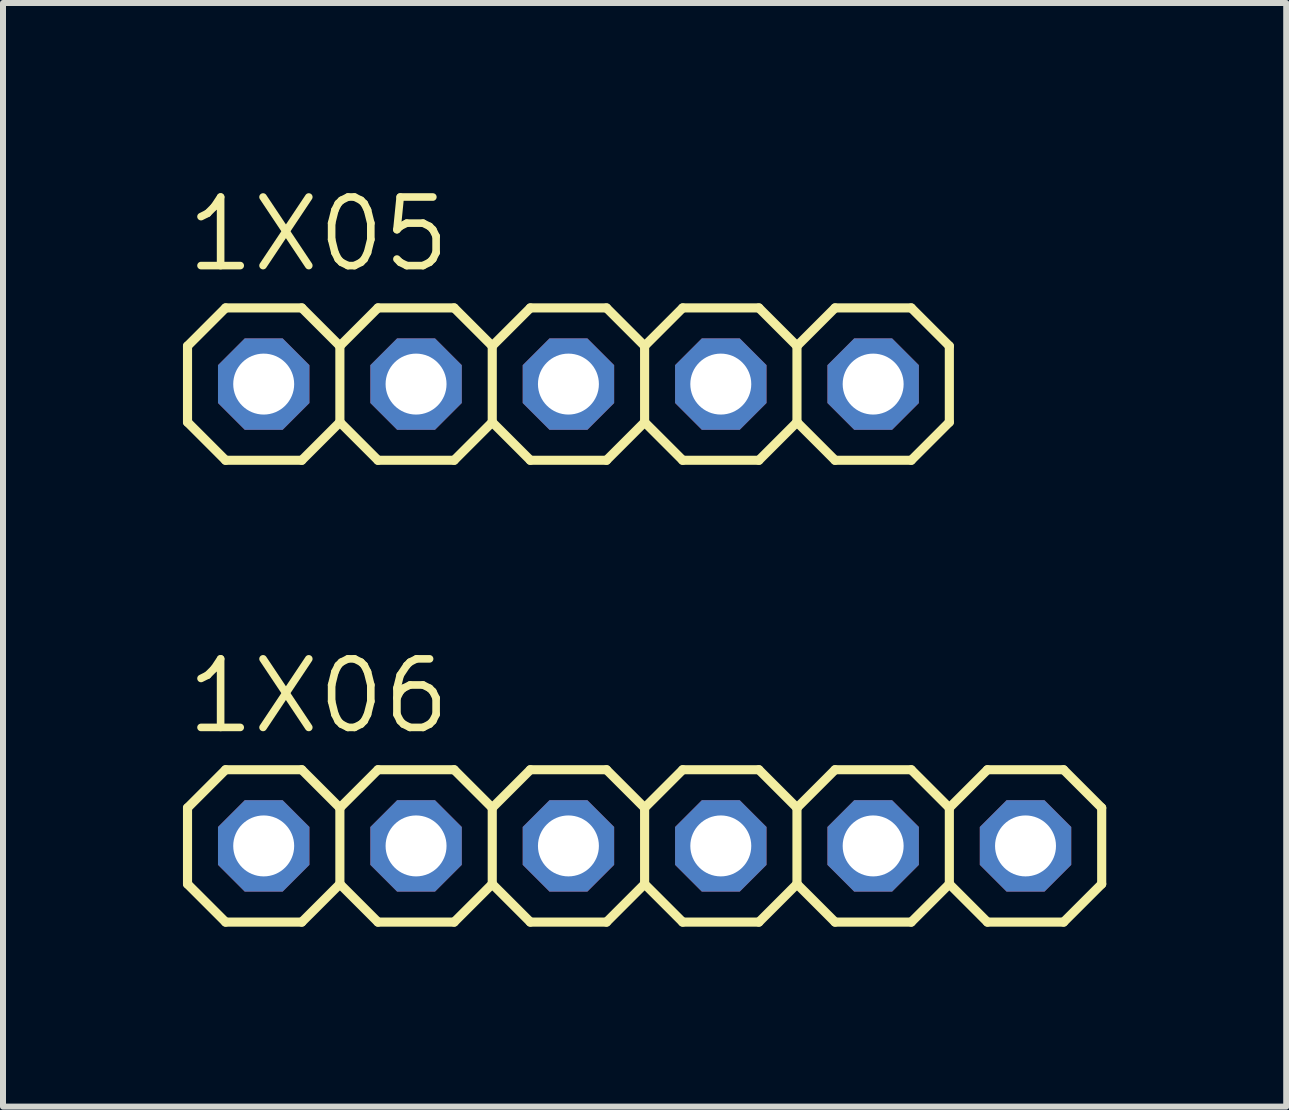
<source format=kicad_pcb>
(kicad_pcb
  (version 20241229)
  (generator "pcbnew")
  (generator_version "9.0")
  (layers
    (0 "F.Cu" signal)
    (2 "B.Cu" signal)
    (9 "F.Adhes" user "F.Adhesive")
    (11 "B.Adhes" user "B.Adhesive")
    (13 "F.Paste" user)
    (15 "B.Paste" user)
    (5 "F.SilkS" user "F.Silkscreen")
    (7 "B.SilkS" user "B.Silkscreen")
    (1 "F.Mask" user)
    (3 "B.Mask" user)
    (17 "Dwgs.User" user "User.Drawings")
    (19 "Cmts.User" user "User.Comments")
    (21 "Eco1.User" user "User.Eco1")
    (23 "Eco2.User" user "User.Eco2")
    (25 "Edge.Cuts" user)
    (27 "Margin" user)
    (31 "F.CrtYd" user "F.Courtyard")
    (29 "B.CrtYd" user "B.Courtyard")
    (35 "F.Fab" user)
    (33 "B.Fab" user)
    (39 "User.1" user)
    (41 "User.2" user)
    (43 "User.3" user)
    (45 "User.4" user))
  (footprint "1X06"
    (layer "F.Cu")
    (at 7.696 11.052)
    (property "Reference" "1X06" (at -7.696 -1.829 0) (layer "F.SilkS") (effects (font (size 1.143 1.143) (thickness 0.127)) (justify left bottom)))
    (fp_line (start -7.62 -0.635) (end -7.62 0.635) (stroke (width 0.152) (type solid)) (layer "F.SilkS"))
    (fp_line (start -7.62 0.635) (end -6.985 1.27) (stroke (width 0.152) (type solid)) (layer "F.SilkS"))
    (fp_line (start -6.985 -1.27) (end -7.62 -0.635) (stroke (width 0.152) (type solid)) (layer "F.SilkS"))
    (fp_line (start -6.985 -1.27) (end -5.715 -1.27) (stroke (width 0.152) (type solid)) (layer "F.SilkS"))
    (fp_line (start -5.715 -1.27) (end -5.08 -0.635) (stroke (width 0.152) (type solid)) (layer "F.SilkS"))
    (fp_line (start -5.715 1.27) (end -6.985 1.27) (stroke (width 0.152) (type solid)) (layer "F.SilkS"))
    (fp_line (start -5.08 -0.635) (end -5.08 0.635) (stroke (width 0.152) (type solid)) (layer "F.SilkS"))
    (fp_line (start -5.08 -0.635) (end -4.445 -1.27) (stroke (width 0.152) (type solid)) (layer "F.SilkS"))
    (fp_line (start -5.08 0.635) (end -5.715 1.27) (stroke (width 0.152) (type solid)) (layer "F.SilkS"))
    (fp_line (start -4.445 -1.27) (end -3.175 -1.27) (stroke (width 0.152) (type solid)) (layer "F.SilkS"))
    (fp_line (start -4.445 1.27) (end -5.08 0.635) (stroke (width 0.152) (type solid)) (layer "F.SilkS"))
    (fp_line (start -3.175 -1.27) (end -2.54 -0.635) (stroke (width 0.152) (type solid)) (layer "F.SilkS"))
    (fp_line (start -3.175 1.27) (end -4.445 1.27) (stroke (width 0.152) (type solid)) (layer "F.SilkS"))
    (fp_line (start -2.54 -0.635) (end -2.54 0.635) (stroke (width 0.152) (type solid)) (layer "F.SilkS"))
    (fp_line (start -2.54 -0.635) (end -1.905 -1.27) (stroke (width 0.152) (type solid)) (layer "F.SilkS"))
    (fp_line (start -2.54 0.635) (end -3.175 1.27) (stroke (width 0.152) (type solid)) (layer "F.SilkS"))
    (fp_line (start -1.905 -1.27) (end -0.635 -1.27) (stroke (width 0.152) (type solid)) (layer "F.SilkS"))
    (fp_line (start -1.905 1.27) (end -2.54 0.635) (stroke (width 0.152) (type solid)) (layer "F.SilkS"))
    (fp_line (start -0.635 -1.27) (end 0 -0.635) (stroke (width 0.152) (type solid)) (layer "F.SilkS"))
    (fp_line (start -0.635 1.27) (end -1.905 1.27) (stroke (width 0.152) (type solid)) (layer "F.SilkS"))
    (fp_line (start 0 -0.635) (end 0 0.635) (stroke (width 0.152) (type solid)) (layer "F.SilkS"))
    (fp_line (start 0 0.635) (end -0.635 1.27) (stroke (width 0.152) (type solid)) (layer "F.SilkS"))
    (fp_line (start 0 0.635) (end 0.635 1.27) (stroke (width 0.152) (type solid)) (layer "F.SilkS"))
    (fp_line (start 0.635 -1.27) (end 0 -0.635) (stroke (width 0.152) (type solid)) (layer "F.SilkS"))
    (fp_line (start 0.635 -1.27) (end 1.905 -1.27) (stroke (width 0.152) (type solid)) (layer "F.SilkS"))
    (fp_line (start 1.905 -1.27) (end 2.54 -0.635) (stroke (width 0.152) (type solid)) (layer "F.SilkS"))
    (fp_line (start 1.905 1.27) (end 0.635 1.27) (stroke (width 0.152) (type solid)) (layer "F.SilkS"))
    (fp_line (start 2.54 -0.635) (end 2.54 0.635) (stroke (width 0.152) (type solid)) (layer "F.SilkS"))
    (fp_line (start 2.54 -0.635) (end 3.175 -1.27) (stroke (width 0.152) (type solid)) (layer "F.SilkS"))
    (fp_line (start 2.54 0.635) (end 1.905 1.27) (stroke (width 0.152) (type solid)) (layer "F.SilkS"))
    (fp_line (start 3.175 -1.27) (end 4.445 -1.27) (stroke (width 0.152) (type solid)) (layer "F.SilkS"))
    (fp_line (start 3.175 1.27) (end 2.54 0.635) (stroke (width 0.152) (type solid)) (layer "F.SilkS"))
    (fp_line (start 4.445 -1.27) (end 5.08 -0.635) (stroke (width 0.152) (type solid)) (layer "F.SilkS"))
    (fp_line (start 4.445 1.27) (end 3.175 1.27) (stroke (width 0.152) (type solid)) (layer "F.SilkS"))
    (fp_line (start 5.08 -0.635) (end 5.08 0.635) (stroke (width 0.152) (type solid)) (layer "F.SilkS"))
    (fp_line (start 5.08 0.635) (end 4.445 1.27) (stroke (width 0.152) (type solid)) (layer "F.SilkS"))
    (fp_line (start 5.08 0.635) (end 5.715 1.27) (stroke (width 0.152) (type solid)) (layer "F.SilkS"))
    (fp_line (start 5.715 -1.27) (end 5.08 -0.635) (stroke (width 0.152) (type solid)) (layer "F.SilkS"))
    (fp_line (start 5.715 -1.27) (end 6.985 -1.27) (stroke (width 0.152) (type solid)) (layer "F.SilkS"))
    (fp_line (start 6.985 -1.27) (end 7.62 -0.635) (stroke (width 0.152) (type solid)) (layer "F.SilkS"))
    (fp_line (start 6.985 1.27) (end 5.715 1.27) (stroke (width 0.152) (type solid)) (layer "F.SilkS"))
    (fp_line (start 7.62 -0.635) (end 7.62 0.635) (stroke (width 0.152) (type solid)) (layer "F.SilkS"))
    (fp_line (start 7.62 0.635) (end 6.985 1.27) (stroke (width 0.152) (type solid)) (layer "F.SilkS"))
    (fp_poly (pts (xy -6.604 0.254) (xy -6.096 0.254) (xy -6.096 -0.254) (xy -6.604 -0.254)) (stroke (width 0.1) (type default)) (fill no) (layer "F.Fab"))
    (fp_poly (pts (xy -4.064 0.254) (xy -3.556 0.254) (xy -3.556 -0.254) (xy -4.064 -0.254)) (stroke (width 0.1) (type default)) (fill no) (layer "F.Fab"))
    (fp_poly (pts (xy -1.524 0.254) (xy -1.016 0.254) (xy -1.016 -0.254) (xy -1.524 -0.254)) (stroke (width 0.1) (type default)) (fill no) (layer "F.Fab"))
    (fp_poly (pts (xy 1.016 0.254) (xy 1.524 0.254) (xy 1.524 -0.254) (xy 1.016 -0.254)) (stroke (width 0.1) (type default)) (fill no) (layer "F.Fab"))
    (fp_poly (pts (xy 3.556 0.254) (xy 4.064 0.254) (xy 4.064 -0.254) (xy 3.556 -0.254)) (stroke (width 0.1) (type default)) (fill no) (layer "F.Fab"))
    (fp_poly (pts (xy 6.096 0.254) (xy 6.604 0.254) (xy 6.604 -0.254) (xy 6.096 -0.254)) (stroke (width 0.1) (type default)) (fill no) (layer "F.Fab"))
    (pad "1" thru_hole roundrect (at -6.35 0 90) (size 1.524 1.524) (drill 1.016) (layers "*.Cu" "*.Mask") (roundrect_rratio 0.25) (chamfer_ratio 0.293) (chamfer top_left top_right bottom_left bottom_right))
    (pad "2" thru_hole roundrect (at -3.81 0 90) (size 1.524 1.524) (drill 1.016) (layers "*.Cu" "*.Mask") (roundrect_rratio 0.25) (chamfer_ratio 0.293) (chamfer top_left top_right bottom_left bottom_right))
    (pad "3" thru_hole roundrect (at -1.27 0 90) (size 1.524 1.524) (drill 1.016) (layers "*.Cu" "*.Mask") (roundrect_rratio 0.25) (chamfer_ratio 0.293) (chamfer top_left top_right bottom_left bottom_right))
    (pad "4" thru_hole roundrect (at 1.27 0 90) (size 1.524 1.524) (drill 1.016) (layers "*.Cu" "*.Mask") (roundrect_rratio 0.25) (chamfer_ratio 0.293) (chamfer top_left top_right bottom_left bottom_right))
    (pad "5" thru_hole roundrect (at 3.81 0 90) (size 1.524 1.524) (drill 1.016) (layers "*.Cu" "*.Mask") (roundrect_rratio 0.25) (chamfer_ratio 0.293) (chamfer top_left top_right bottom_left bottom_right))
    (pad "6" thru_hole roundrect (at 6.35 0 90) (size 1.524 1.524) (drill 1.016) (layers "*.Cu" "*.Mask") (roundrect_rratio 0.25) (chamfer_ratio 0.293) (chamfer top_left top_right bottom_left bottom_right)))
  (footprint "1X05"
    (layer "F.Cu")
    (at 6.426 3.353)
    (property "Reference" "1X05" (at -6.426 -1.829 0) (layer "F.SilkS") (effects (font (size 1.143 1.143) (thickness 0.127)) (justify left bottom)))
    (fp_line (start -6.35 -0.635) (end -6.35 0.635) (stroke (width 0.152) (type solid)) (layer "F.SilkS"))
    (fp_line (start -6.35 0.635) (end -5.715 1.27) (stroke (width 0.152) (type solid)) (layer "F.SilkS"))
    (fp_line (start -5.715 -1.27) (end -6.35 -0.635) (stroke (width 0.152) (type solid)) (layer "F.SilkS"))
    (fp_line (start -5.715 -1.27) (end -4.445 -1.27) (stroke (width 0.152) (type solid)) (layer "F.SilkS"))
    (fp_line (start -4.445 -1.27) (end -3.81 -0.635) (stroke (width 0.152) (type solid)) (layer "F.SilkS"))
    (fp_line (start -4.445 1.27) (end -5.715 1.27) (stroke (width 0.152) (type solid)) (layer "F.SilkS"))
    (fp_line (start -3.81 -0.635) (end -3.81 0.635) (stroke (width 0.152) (type solid)) (layer "F.SilkS"))
    (fp_line (start -3.81 -0.635) (end -3.175 -1.27) (stroke (width 0.152) (type solid)) (layer "F.SilkS"))
    (fp_line (start -3.81 0.635) (end -4.445 1.27) (stroke (width 0.152) (type solid)) (layer "F.SilkS"))
    (fp_line (start -3.175 -1.27) (end -1.905 -1.27) (stroke (width 0.152) (type solid)) (layer "F.SilkS"))
    (fp_line (start -3.175 1.27) (end -3.81 0.635) (stroke (width 0.152) (type solid)) (layer "F.SilkS"))
    (fp_line (start -1.905 -1.27) (end -1.27 -0.635) (stroke (width 0.152) (type solid)) (layer "F.SilkS"))
    (fp_line (start -1.905 1.27) (end -3.175 1.27) (stroke (width 0.152) (type solid)) (layer "F.SilkS"))
    (fp_line (start -1.27 -0.635) (end -1.27 0.635) (stroke (width 0.152) (type solid)) (layer "F.SilkS"))
    (fp_line (start -1.27 -0.635) (end -0.635 -1.27) (stroke (width 0.152) (type solid)) (layer "F.SilkS"))
    (fp_line (start -1.27 0.635) (end -1.905 1.27) (stroke (width 0.152) (type solid)) (layer "F.SilkS"))
    (fp_line (start -0.635 -1.27) (end 0.635 -1.27) (stroke (width 0.152) (type solid)) (layer "F.SilkS"))
    (fp_line (start -0.635 1.27) (end -1.27 0.635) (stroke (width 0.152) (type solid)) (layer "F.SilkS"))
    (fp_line (start 0.635 -1.27) (end 1.27 -0.635) (stroke (width 0.152) (type solid)) (layer "F.SilkS"))
    (fp_line (start 0.635 1.27) (end -0.635 1.27) (stroke (width 0.152) (type solid)) (layer "F.SilkS"))
    (fp_line (start 1.27 -0.635) (end 1.27 0.635) (stroke (width 0.152) (type solid)) (layer "F.SilkS"))
    (fp_line (start 1.27 0.635) (end 0.635 1.27) (stroke (width 0.152) (type solid)) (layer "F.SilkS"))
    (fp_line (start 1.27 0.635) (end 1.905 1.27) (stroke (width 0.152) (type solid)) (layer "F.SilkS"))
    (fp_line (start 1.905 -1.27) (end 1.27 -0.635) (stroke (width 0.152) (type solid)) (layer "F.SilkS"))
    (fp_line (start 1.905 -1.27) (end 3.175 -1.27) (stroke (width 0.152) (type solid)) (layer "F.SilkS"))
    (fp_line (start 3.175 -1.27) (end 3.81 -0.635) (stroke (width 0.152) (type solid)) (layer "F.SilkS"))
    (fp_line (start 3.175 1.27) (end 1.905 1.27) (stroke (width 0.152) (type solid)) (layer "F.SilkS"))
    (fp_line (start 3.81 -0.635) (end 3.81 0.635) (stroke (width 0.152) (type solid)) (layer "F.SilkS"))
    (fp_line (start 3.81 0.635) (end 3.175 1.27) (stroke (width 0.152) (type solid)) (layer "F.SilkS"))
    (fp_line (start 3.81 0.635) (end 4.445 1.27) (stroke (width 0.152) (type solid)) (layer "F.SilkS"))
    (fp_line (start 4.445 -1.27) (end 3.81 -0.635) (stroke (width 0.152) (type solid)) (layer "F.SilkS"))
    (fp_line (start 4.445 -1.27) (end 5.715 -1.27) (stroke (width 0.152) (type solid)) (layer "F.SilkS"))
    (fp_line (start 5.715 -1.27) (end 6.35 -0.635) (stroke (width 0.152) (type solid)) (layer "F.SilkS"))
    (fp_line (start 5.715 1.27) (end 4.445 1.27) (stroke (width 0.152) (type solid)) (layer "F.SilkS"))
    (fp_line (start 6.35 -0.635) (end 6.35 0.635) (stroke (width 0.152) (type solid)) (layer "F.SilkS"))
    (fp_line (start 6.35 0.635) (end 5.715 1.27) (stroke (width 0.152) (type solid)) (layer "F.SilkS"))
    (fp_poly (pts (xy -5.334 0.254) (xy -4.826 0.254) (xy -4.826 -0.254) (xy -5.334 -0.254)) (stroke (width 0.1) (type default)) (fill no) (layer "F.Fab"))
    (fp_poly (pts (xy -2.794 0.254) (xy -2.286 0.254) (xy -2.286 -0.254) (xy -2.794 -0.254)) (stroke (width 0.1) (type default)) (fill no) (layer "F.Fab"))
    (fp_poly (pts (xy -0.254 0.254) (xy 0.254 0.254) (xy 0.254 -0.254) (xy -0.254 -0.254)) (stroke (width 0.1) (type default)) (fill no) (layer "F.Fab"))
    (fp_poly (pts (xy 2.286 0.254) (xy 2.794 0.254) (xy 2.794 -0.254) (xy 2.286 -0.254)) (stroke (width 0.1) (type default)) (fill no) (layer "F.Fab"))
    (fp_poly (pts (xy 4.826 0.254) (xy 5.334 0.254) (xy 5.334 -0.254) (xy 4.826 -0.254)) (stroke (width 0.1) (type default)) (fill no) (layer "F.Fab"))
    (pad "1" thru_hole roundrect (at -5.08 0 90) (size 1.524 1.524) (drill 1.016) (layers "*.Cu" "*.Mask") (roundrect_rratio 0.25) (chamfer_ratio 0.293) (chamfer top_left top_right bottom_left bottom_right))
    (pad "2" thru_hole roundrect (at -2.54 0 90) (size 1.524 1.524) (drill 1.016) (layers "*.Cu" "*.Mask") (roundrect_rratio 0.25) (chamfer_ratio 0.293) (chamfer top_left top_right bottom_left bottom_right))
    (pad "3" thru_hole roundrect (at 0 0 90) (size 1.524 1.524) (drill 1.016) (layers "*.Cu" "*.Mask") (roundrect_rratio 0.25) (chamfer_ratio 0.293) (chamfer top_left top_right bottom_left bottom_right))
    (pad "4" thru_hole roundrect (at 2.54 0 90) (size 1.524 1.524) (drill 1.016) (layers "*.Cu" "*.Mask") (roundrect_rratio 0.25) (chamfer_ratio 0.293) (chamfer top_left top_right bottom_left bottom_right))
    (pad "5" thru_hole roundrect (at 5.08 0 90) (size 1.524 1.524) (drill 1.016) (layers "*.Cu" "*.Mask") (roundrect_rratio 0.25) (chamfer_ratio 0.293) (chamfer top_left top_right bottom_left bottom_right)))
  (gr_rect
    (start -3 -3)
    (end 18.392 15.398)
    (stroke (width 0.1) (type default))
    (fill no)
    (layer "Edge.Cuts")))
</source>
